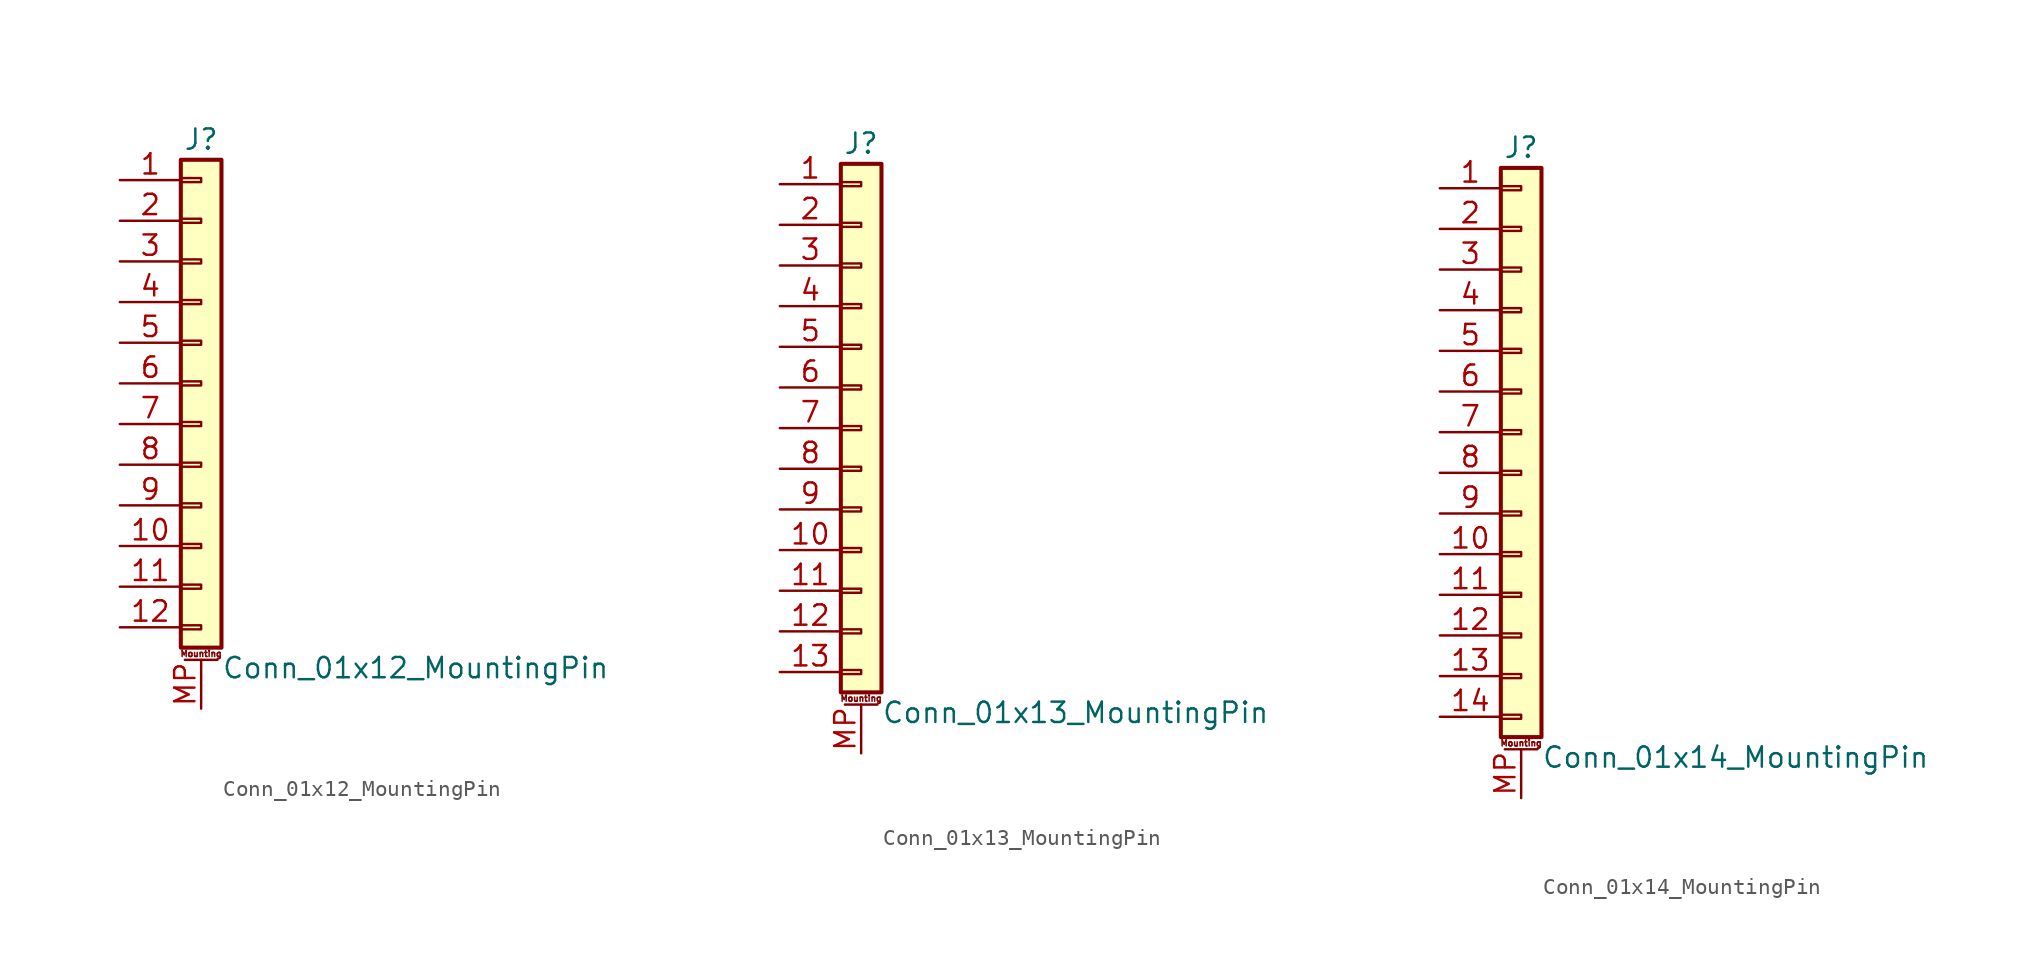
<source format=kicad_sym>
(kicad_symbol_lib
  (version 20201005)
  (generator kicad_symbol_editor)
  (symbol "Connector_Generic_MountingPin:Conn_01x12_MountingPin"
    (pin_names
      (offset 1.016) hide)
    (property "Reference" "J"
      (at 0 15.24 0)
      (effects (font (size 1.27 1.27))))
    (property "Value" "Conn_01x12_MountingPin"
      (at 1.27 -17.78 0)
      (effects (font (size 1.27 1.27)) (justify left)))
    (symbol "Conn_01x12_MountingPin_1_1"
      (text "Mounting" (at 0 -16.891 0) (effects (font (size 0.381 0.381))))
      (rectangle (start -1.27 -4.953) (end 0 -5.207) (stroke (width 0.152)) (fill (type none)))
      (rectangle (start -1.27 -7.493) (end 0 -7.747) (stroke (width 0.152)) (fill (type none)))
      (rectangle (start -1.27 -10.033) (end 0 -10.287) (stroke (width 0.152)) (fill (type none)))
      (rectangle (start -1.27 -12.573) (end 0 -12.827) (stroke (width 0.152)) (fill (type none)))
      (rectangle (start -1.27 -15.113) (end 0 -15.367) (stroke (width 0.152)) (fill (type none)))
      (rectangle (start -1.27 -2.413) (end 0 -2.667) (stroke (width 0.152)) (fill (type none)))
      (rectangle (start -1.27 2.667) (end 0 2.413) (stroke (width 0.152)) (fill (type none)))
      (rectangle (start -1.27 5.207) (end 0 4.953) (stroke (width 0.152)) (fill (type none)))
      (rectangle (start -1.27 7.747) (end 0 7.493) (stroke (width 0.152)) (fill (type none)))
      (rectangle (start -1.27 10.287) (end 0 10.033) (stroke (width 0.152)) (fill (type none)))
      (rectangle (start -1.27 0.127) (end 0 -0.127) (stroke (width 0.152)) (fill (type none)))
      (rectangle (start -1.27 12.827) (end 0 12.573) (stroke (width 0.152)) (fill (type none)))
      (rectangle (start -1.27 13.97) (end 1.27 -16.51) (stroke (width 0.254)) (fill (type background)))
      (polyline (pts (xy -1.016 -17.272) (xy 1.016 -17.272)) (stroke (width 0.152)) (fill (type none)))
      (pin passive line (at 0 -20.32 90) (length 3.048) (name "MountPin" (effects (font (size 1.27 1.27)))) (number "MP" (effects (font (size 1.27 1.27)))))
      (pin passive line (at -5.08 12.7 0) (length 3.81) (name "Pin_1" (effects (font (size 1.27 1.27)))) (number "1" (effects (font (size 1.27 1.27)))))
      (pin passive line (at -5.08 -10.16 0) (length 3.81) (name "Pin_10" (effects (font (size 1.27 1.27)))) (number "10" (effects (font (size 1.27 1.27)))))
      (pin passive line (at -5.08 -12.7 0) (length 3.81) (name "Pin_11" (effects (font (size 1.27 1.27)))) (number "11" (effects (font (size 1.27 1.27)))))
      (pin passive line (at -5.08 -15.24 0) (length 3.81) (name "Pin_12" (effects (font (size 1.27 1.27)))) (number "12" (effects (font (size 1.27 1.27)))))
      (pin passive line (at -5.08 10.16 0) (length 3.81) (name "Pin_2" (effects (font (size 1.27 1.27)))) (number "2" (effects (font (size 1.27 1.27)))))
      (pin passive line (at -5.08 7.62 0) (length 3.81) (name "Pin_3" (effects (font (size 1.27 1.27)))) (number "3" (effects (font (size 1.27 1.27)))))
      (pin passive line (at -5.08 5.08 0) (length 3.81) (name "Pin_4" (effects (font (size 1.27 1.27)))) (number "4" (effects (font (size 1.27 1.27)))))
      (pin passive line (at -5.08 2.54 0) (length 3.81) (name "Pin_5" (effects (font (size 1.27 1.27)))) (number "5" (effects (font (size 1.27 1.27)))))
      (pin passive line (at -5.08 0 0) (length 3.81) (name "Pin_6" (effects (font (size 1.27 1.27)))) (number "6" (effects (font (size 1.27 1.27)))))
      (pin passive line (at -5.08 -2.54 0) (length 3.81) (name "Pin_7" (effects (font (size 1.27 1.27)))) (number "7" (effects (font (size 1.27 1.27)))))
      (pin passive line (at -5.08 -5.08 0) (length 3.81) (name "Pin_8" (effects (font (size 1.27 1.27)))) (number "8" (effects (font (size 1.27 1.27)))))
      (pin passive line (at -5.08 -7.62 0) (length 3.81) (name "Pin_9" (effects (font (size 1.27 1.27)))) (number "9" (effects (font (size 1.27 1.27)))))))
  (symbol "Connector_Generic_MountingPin:Conn_01x13_MountingPin"
    (pin_names
      (offset 1.016) hide)
    (property "Reference" "J"
      (at 0 17.78 0)
      (effects (font (size 1.27 1.27))))
    (property "Value" "Conn_01x13_MountingPin"
      (at 1.27 -17.78 0)
      (effects (font (size 1.27 1.27)) (justify left)))
    (symbol "Conn_01x13_MountingPin_1_1"
      (text "Mounting" (at 0 -16.891 0) (effects (font (size 0.381 0.381))))
      (rectangle (start -1.27 -4.953) (end 0 -5.207) (stroke (width 0.152)) (fill (type none)))
      (rectangle (start -1.27 -7.493) (end 0 -7.747) (stroke (width 0.152)) (fill (type none)))
      (rectangle (start -1.27 -10.033) (end 0 -10.287) (stroke (width 0.152)) (fill (type none)))
      (rectangle (start -1.27 -12.573) (end 0 -12.827) (stroke (width 0.152)) (fill (type none)))
      (rectangle (start -1.27 -15.113) (end 0 -15.367) (stroke (width 0.152)) (fill (type none)))
      (rectangle (start -1.27 -2.413) (end 0 -2.667) (stroke (width 0.152)) (fill (type none)))
      (rectangle (start -1.27 2.667) (end 0 2.413) (stroke (width 0.152)) (fill (type none)))
      (rectangle (start -1.27 5.207) (end 0 4.953) (stroke (width 0.152)) (fill (type none)))
      (rectangle (start -1.27 7.747) (end 0 7.493) (stroke (width 0.152)) (fill (type none)))
      (rectangle (start -1.27 10.287) (end 0 10.033) (stroke (width 0.152)) (fill (type none)))
      (rectangle (start -1.27 0.127) (end 0 -0.127) (stroke (width 0.152)) (fill (type none)))
      (rectangle (start -1.27 12.827) (end 0 12.573) (stroke (width 0.152)) (fill (type none)))
      (rectangle (start -1.27 15.367) (end 0 15.113) (stroke (width 0.152)) (fill (type none)))
      (rectangle (start -1.27 16.51) (end 1.27 -16.51) (stroke (width 0.254)) (fill (type background)))
      (polyline (pts (xy -1.016 -17.272) (xy 1.016 -17.272)) (stroke (width 0.152)) (fill (type none)))
      (pin passive line (at 0 -20.32 90) (length 3.048) (name "MountPin" (effects (font (size 1.27 1.27)))) (number "MP" (effects (font (size 1.27 1.27)))))
      (pin passive line (at -5.08 15.24 0) (length 3.81) (name "Pin_1" (effects (font (size 1.27 1.27)))) (number "1" (effects (font (size 1.27 1.27)))))
      (pin passive line (at -5.08 -7.62 0) (length 3.81) (name "Pin_10" (effects (font (size 1.27 1.27)))) (number "10" (effects (font (size 1.27 1.27)))))
      (pin passive line (at -5.08 -10.16 0) (length 3.81) (name "Pin_11" (effects (font (size 1.27 1.27)))) (number "11" (effects (font (size 1.27 1.27)))))
      (pin passive line (at -5.08 -12.7 0) (length 3.81) (name "Pin_12" (effects (font (size 1.27 1.27)))) (number "12" (effects (font (size 1.27 1.27)))))
      (pin passive line (at -5.08 -15.24 0) (length 3.81) (name "Pin_13" (effects (font (size 1.27 1.27)))) (number "13" (effects (font (size 1.27 1.27)))))
      (pin passive line (at -5.08 12.7 0) (length 3.81) (name "Pin_2" (effects (font (size 1.27 1.27)))) (number "2" (effects (font (size 1.27 1.27)))))
      (pin passive line (at -5.08 10.16 0) (length 3.81) (name "Pin_3" (effects (font (size 1.27 1.27)))) (number "3" (effects (font (size 1.27 1.27)))))
      (pin passive line (at -5.08 7.62 0) (length 3.81) (name "Pin_4" (effects (font (size 1.27 1.27)))) (number "4" (effects (font (size 1.27 1.27)))))
      (pin passive line (at -5.08 5.08 0) (length 3.81) (name "Pin_5" (effects (font (size 1.27 1.27)))) (number "5" (effects (font (size 1.27 1.27)))))
      (pin passive line (at -5.08 2.54 0) (length 3.81) (name "Pin_6" (effects (font (size 1.27 1.27)))) (number "6" (effects (font (size 1.27 1.27)))))
      (pin passive line (at -5.08 0 0) (length 3.81) (name "Pin_7" (effects (font (size 1.27 1.27)))) (number "7" (effects (font (size 1.27 1.27)))))
      (pin passive line (at -5.08 -2.54 0) (length 3.81) (name "Pin_8" (effects (font (size 1.27 1.27)))) (number "8" (effects (font (size 1.27 1.27)))))
      (pin passive line (at -5.08 -5.08 0) (length 3.81) (name "Pin_9" (effects (font (size 1.27 1.27)))) (number "9" (effects (font (size 1.27 1.27)))))))
  (symbol "Connector_Generic_MountingPin:Conn_01x14_MountingPin"
    (pin_names
      (offset 1.016) hide)
    (property "Reference" "J"
      (at 0 17.78 0)
      (effects (font (size 1.27 1.27))))
    (property "Value" "Conn_01x14_MountingPin"
      (at 1.27 -20.32 0)
      (effects (font (size 1.27 1.27)) (justify left)))
    (symbol "Conn_01x14_MountingPin_1_1"
      (text "Mounting" (at 0 -19.431 0) (effects (font (size 0.381 0.381))))
      (rectangle (start -1.27 -4.953) (end 0 -5.207) (stroke (width 0.152)) (fill (type none)))
      (rectangle (start -1.27 -7.493) (end 0 -7.747) (stroke (width 0.152)) (fill (type none)))
      (rectangle (start -1.27 -10.033) (end 0 -10.287) (stroke (width 0.152)) (fill (type none)))
      (rectangle (start -1.27 -12.573) (end 0 -12.827) (stroke (width 0.152)) (fill (type none)))
      (rectangle (start -1.27 -15.113) (end 0 -15.367) (stroke (width 0.152)) (fill (type none)))
      (rectangle (start -1.27 -17.653) (end 0 -17.907) (stroke (width 0.152)) (fill (type none)))
      (rectangle (start -1.27 -2.413) (end 0 -2.667) (stroke (width 0.152)) (fill (type none)))
      (rectangle (start -1.27 2.667) (end 0 2.413) (stroke (width 0.152)) (fill (type none)))
      (rectangle (start -1.27 5.207) (end 0 4.953) (stroke (width 0.152)) (fill (type none)))
      (rectangle (start -1.27 7.747) (end 0 7.493) (stroke (width 0.152)) (fill (type none)))
      (rectangle (start -1.27 10.287) (end 0 10.033) (stroke (width 0.152)) (fill (type none)))
      (rectangle (start -1.27 0.127) (end 0 -0.127) (stroke (width 0.152)) (fill (type none)))
      (rectangle (start -1.27 12.827) (end 0 12.573) (stroke (width 0.152)) (fill (type none)))
      (rectangle (start -1.27 15.367) (end 0 15.113) (stroke (width 0.152)) (fill (type none)))
      (rectangle (start -1.27 16.51) (end 1.27 -19.05) (stroke (width 0.254)) (fill (type background)))
      (polyline (pts (xy -1.016 -19.812) (xy 1.016 -19.812)) (stroke (width 0.152)) (fill (type none)))
      (pin passive line (at 0 -22.86 90) (length 3.048) (name "MountPin" (effects (font (size 1.27 1.27)))) (number "MP" (effects (font (size 1.27 1.27)))))
      (pin passive line (at -5.08 15.24 0) (length 3.81) (name "Pin_1" (effects (font (size 1.27 1.27)))) (number "1" (effects (font (size 1.27 1.27)))))
      (pin passive line (at -5.08 -7.62 0) (length 3.81) (name "Pin_10" (effects (font (size 1.27 1.27)))) (number "10" (effects (font (size 1.27 1.27)))))
      (pin passive line (at -5.08 -10.16 0) (length 3.81) (name "Pin_11" (effects (font (size 1.27 1.27)))) (number "11" (effects (font (size 1.27 1.27)))))
      (pin passive line (at -5.08 -12.7 0) (length 3.81) (name "Pin_12" (effects (font (size 1.27 1.27)))) (number "12" (effects (font (size 1.27 1.27)))))
      (pin passive line (at -5.08 -15.24 0) (length 3.81) (name "Pin_13" (effects (font (size 1.27 1.27)))) (number "13" (effects (font (size 1.27 1.27)))))
      (pin passive line (at -5.08 -17.78 0) (length 3.81) (name "Pin_14" (effects (font (size 1.27 1.27)))) (number "14" (effects (font (size 1.27 1.27)))))
      (pin passive line (at -5.08 12.7 0) (length 3.81) (name "Pin_2" (effects (font (size 1.27 1.27)))) (number "2" (effects (font (size 1.27 1.27)))))
      (pin passive line (at -5.08 10.16 0) (length 3.81) (name "Pin_3" (effects (font (size 1.27 1.27)))) (number "3" (effects (font (size 1.27 1.27)))))
      (pin passive line (at -5.08 7.62 0) (length 3.81) (name "Pin_4" (effects (font (size 1.27 1.27)))) (number "4" (effects (font (size 1.27 1.27)))))
      (pin passive line (at -5.08 5.08 0) (length 3.81) (name "Pin_5" (effects (font (size 1.27 1.27)))) (number "5" (effects (font (size 1.27 1.27)))))
      (pin passive line (at -5.08 2.54 0) (length 3.81) (name "Pin_6" (effects (font (size 1.27 1.27)))) (number "6" (effects (font (size 1.27 1.27)))))
      (pin passive line (at -5.08 0 0) (length 3.81) (name "Pin_7" (effects (font (size 1.27 1.27)))) (number "7" (effects (font (size 1.27 1.27)))))
      (pin passive line (at -5.08 -2.54 0) (length 3.81) (name "Pin_8" (effects (font (size 1.27 1.27)))) (number "8" (effects (font (size 1.27 1.27)))))
      (pin passive line (at -5.08 -5.08 0) (length 3.81) (name "Pin_9" (effects (font (size 1.27 1.27)))) (number "9" (effects (font (size 1.27 1.27))))))))
</source>
